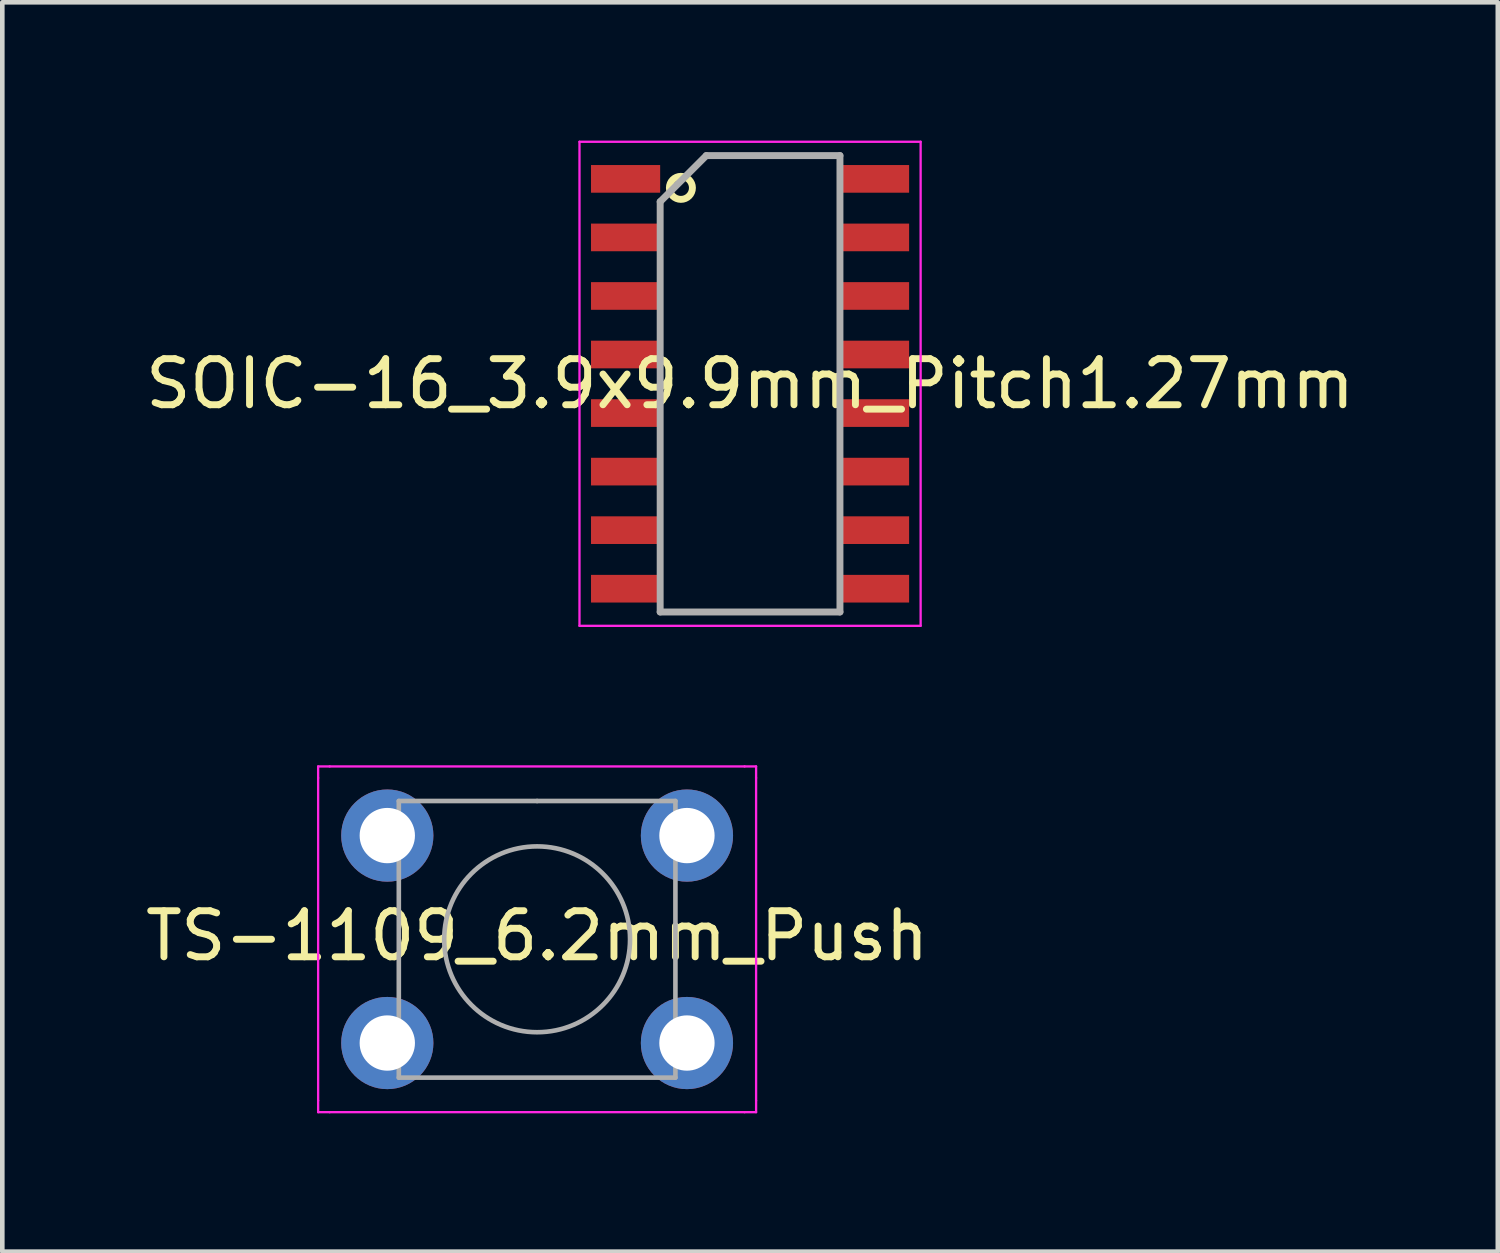
<source format=kicad_pcb>
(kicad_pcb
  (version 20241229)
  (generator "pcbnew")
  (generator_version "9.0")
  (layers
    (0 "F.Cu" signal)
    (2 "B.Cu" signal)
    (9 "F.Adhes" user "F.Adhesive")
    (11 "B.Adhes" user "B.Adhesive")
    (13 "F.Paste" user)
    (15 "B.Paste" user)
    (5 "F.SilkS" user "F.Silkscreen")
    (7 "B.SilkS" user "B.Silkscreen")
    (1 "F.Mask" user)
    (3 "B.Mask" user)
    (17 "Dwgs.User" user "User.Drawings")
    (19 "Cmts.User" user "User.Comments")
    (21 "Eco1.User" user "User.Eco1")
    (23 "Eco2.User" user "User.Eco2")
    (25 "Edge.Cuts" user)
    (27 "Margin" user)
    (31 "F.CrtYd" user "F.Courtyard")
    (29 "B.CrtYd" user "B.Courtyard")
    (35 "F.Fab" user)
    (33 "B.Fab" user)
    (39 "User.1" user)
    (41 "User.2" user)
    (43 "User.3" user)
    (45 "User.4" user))
  (footprint "SOIC-16_3.9x9.9mm_Pitch1.27mm"
    (layer "F.Cu")
    (at 13.22 5.275)
    (property "Reference" "SOIC-16_3.9x9.9mm_Pitch1.27mm" (at 0 0 0) (layer "F.SilkS") (effects (font (size 1 1) (thickness 0.15))))
    (attr smd)
    (fp_circle (center -1.5 -4.25) (end -1.25 -4.25) (stroke (width 0.15) (type solid)) (fill no) (layer "F.SilkS"))
    (fp_line (start -3.7 -5.25) (end -3.7 5.25) (stroke (width 0.05) (type solid)) (layer "F.CrtYd"))
    (fp_line (start -3.7 -5.25) (end 3.7 -5.25) (stroke (width 0.05) (type solid)) (layer "F.CrtYd"))
    (fp_line (start -3.7 5.25) (end 3.7 5.25) (stroke (width 0.05) (type solid)) (layer "F.CrtYd"))
    (fp_line (start 3.7 -5.25) (end 3.7 5.25) (stroke (width 0.05) (type solid)) (layer "F.CrtYd"))
    (fp_line (start -1.95 -3.95) (end -0.95 -4.95) (stroke (width 0.15) (type solid)) (layer "F.Fab"))
    (fp_line (start -1.95 4.95) (end -1.95 -3.95) (stroke (width 0.15) (type solid)) (layer "F.Fab"))
    (fp_line (start -0.95 -4.95) (end 1.95 -4.95) (stroke (width 0.15) (type solid)) (layer "F.Fab"))
    (fp_line (start 1.95 -4.95) (end 1.95 4.95) (stroke (width 0.15) (type solid)) (layer "F.Fab"))
    (fp_line (start 1.95 4.95) (end -1.95 4.95) (stroke (width 0.15) (type solid)) (layer "F.Fab"))
    (pad "1" smd rect (at -2.7 -4.445) (size 1.5 0.6) (layers "F.Cu" "F.Mask" "F.Paste"))
    (pad "2" smd rect (at -2.7 -3.175) (size 1.5 0.6) (layers "F.Cu" "F.Mask" "F.Paste"))
    (pad "3" smd rect (at -2.7 -1.905) (size 1.5 0.6) (layers "F.Cu" "F.Mask" "F.Paste"))
    (pad "4" smd rect (at -2.7 -0.635) (size 1.5 0.6) (layers "F.Cu" "F.Mask" "F.Paste"))
    (pad "5" smd rect (at -2.7 0.635) (size 1.5 0.6) (layers "F.Cu" "F.Mask" "F.Paste"))
    (pad "6" smd rect (at -2.7 1.905) (size 1.5 0.6) (layers "F.Cu" "F.Mask" "F.Paste"))
    (pad "7" smd rect (at -2.7 3.175) (size 1.5 0.6) (layers "F.Cu" "F.Mask" "F.Paste"))
    (pad "8" smd rect (at -2.7 4.445) (size 1.5 0.6) (layers "F.Cu" "F.Mask" "F.Paste"))
    (pad "9" smd rect (at 2.7 4.445) (size 1.5 0.6) (layers "F.Cu" "F.Mask" "F.Paste"))
    (pad "10" smd rect (at 2.7 3.175) (size 1.5 0.6) (layers "F.Cu" "F.Mask" "F.Paste"))
    (pad "11" smd rect (at 2.7 1.905) (size 1.5 0.6) (layers "F.Cu" "F.Mask" "F.Paste"))
    (pad "12" smd rect (at 2.7 0.635) (size 1.5 0.6) (layers "F.Cu" "F.Mask" "F.Paste"))
    (pad "13" smd rect (at 2.7 -0.635) (size 1.5 0.6) (layers "F.Cu" "F.Mask" "F.Paste"))
    (pad "14" smd rect (at 2.7 -1.905) (size 1.5 0.6) (layers "F.Cu" "F.Mask" "F.Paste"))
    (pad "15" smd rect (at 2.7 -3.175) (size 1.5 0.6) (layers "F.Cu" "F.Mask" "F.Paste"))
    (pad "16" smd rect (at 2.7 -4.445) (size 1.5 0.6) (layers "F.Cu" "F.Mask" "F.Paste")))
  (footprint "TS-1109_6.2mm_Push"
    (layer "F.Cu")
    (at 8.601 17.35)
    (property "Reference" "TS-1109_6.2mm_Push" (at 0 -0.1 0) (layer "F.SilkS") (effects (font (size 1 1) (thickness 0.15))))
    (attr through_hole)
    (fp_line (start -4.75 -3.775) (end -4.5 -3.775) (stroke (width 0.05) (type solid)) (layer "F.CrtYd"))
    (fp_line (start -4.75 -3.525) (end -4.75 -3.775) (stroke (width 0.05) (type solid)) (layer "F.CrtYd"))
    (fp_line (start -4.75 3.475) (end -4.75 -3.525) (stroke (width 0.05) (type solid)) (layer "F.CrtYd"))
    (fp_line (start -4.75 3.475) (end -4.75 3.725) (stroke (width 0.05) (type solid)) (layer "F.CrtYd"))
    (fp_line (start -4.75 3.725) (end -4.5 3.725) (stroke (width 0.05) (type solid)) (layer "F.CrtYd"))
    (fp_line (start -4.5 -3.775) (end 4.5 -3.775) (stroke (width 0.05) (type solid)) (layer "F.CrtYd"))
    (fp_line (start 4.5 -3.775) (end 4.75 -3.775) (stroke (width 0.05) (type solid)) (layer "F.CrtYd"))
    (fp_line (start 4.5 3.725) (end -4.5 3.725) (stroke (width 0.05) (type solid)) (layer "F.CrtYd"))
    (fp_line (start 4.5 3.725) (end 4.75 3.725) (stroke (width 0.05) (type solid)) (layer "F.CrtYd"))
    (fp_line (start 4.75 -3.775) (end 4.75 -3.525) (stroke (width 0.05) (type solid)) (layer "F.CrtYd"))
    (fp_line (start 4.75 -3.525) (end 4.75 3.475) (stroke (width 0.05) (type solid)) (layer "F.CrtYd"))
    (fp_line (start 4.75 3.725) (end 4.75 3.475) (stroke (width 0.05) (type solid)) (layer "F.CrtYd"))
    (fp_line (start -3 -3.025) (end 0 -3.025) (stroke (width 0.1) (type solid)) (layer "F.Fab"))
    (fp_line (start -3 2.975) (end -3 -3.025) (stroke (width 0.1) (type solid)) (layer "F.Fab"))
    (fp_line (start 0 -3.025) (end 3 -3.025) (stroke (width 0.1) (type solid)) (layer "F.Fab"))
    (fp_line (start 3 -3.025) (end 3 2.975) (stroke (width 0.1) (type solid)) (layer "F.Fab"))
    (fp_line (start 3 2.975) (end -3 2.975) (stroke (width 0.1) (type solid)) (layer "F.Fab"))
    (fp_circle (center 0 -0.025) (end -2 0.225) (stroke (width 0.1) (type solid)) (fill no) (layer "F.Fab"))
    (pad "1" thru_hole circle (at -3.25 -2.275 90) (size 2 2) (drill 1.2) (layers "*.Cu" "*.Mask"))
    (pad "1" thru_hole circle (at 3.25 -2.275 90) (size 2 2) (drill 1.2) (layers "*.Cu" "*.Mask"))
    (pad "2" thru_hole circle (at -3.25 2.225 90) (size 2 2) (drill 1.2) (layers "*.Cu" "*.Mask"))
    (pad "2" thru_hole circle (at 3.25 2.225 90) (size 2 2) (drill 1.2) (layers "*.Cu" "*.Mask")))
  (gr_rect
    (start -3 -3)
    (end 29.44 24.1)
    (stroke (width 0.1) (type default))
    (fill no)
    (layer "Edge.Cuts")))
</source>
